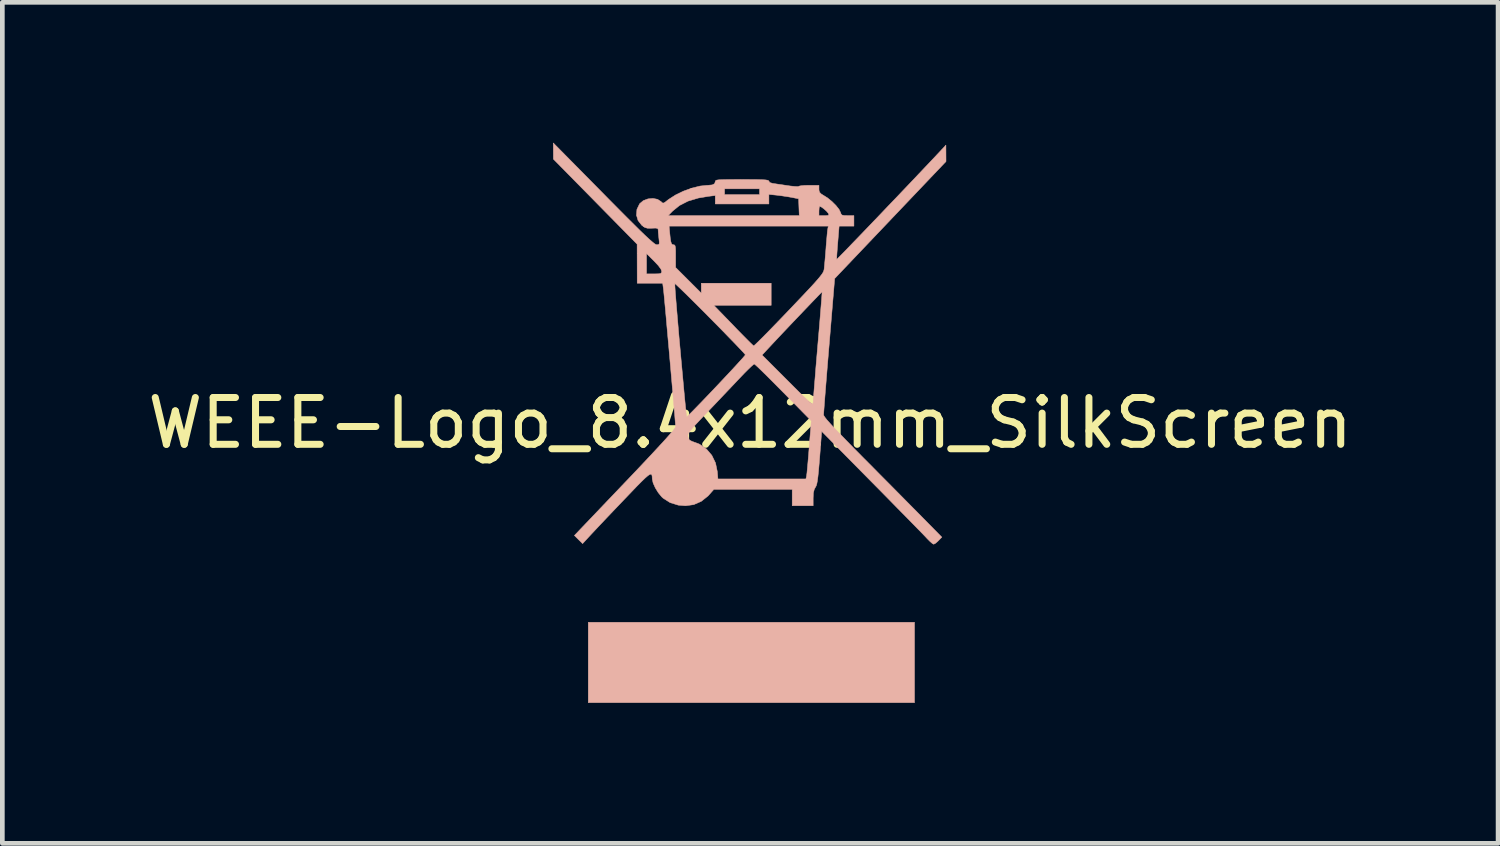
<source format=kicad_pcb>
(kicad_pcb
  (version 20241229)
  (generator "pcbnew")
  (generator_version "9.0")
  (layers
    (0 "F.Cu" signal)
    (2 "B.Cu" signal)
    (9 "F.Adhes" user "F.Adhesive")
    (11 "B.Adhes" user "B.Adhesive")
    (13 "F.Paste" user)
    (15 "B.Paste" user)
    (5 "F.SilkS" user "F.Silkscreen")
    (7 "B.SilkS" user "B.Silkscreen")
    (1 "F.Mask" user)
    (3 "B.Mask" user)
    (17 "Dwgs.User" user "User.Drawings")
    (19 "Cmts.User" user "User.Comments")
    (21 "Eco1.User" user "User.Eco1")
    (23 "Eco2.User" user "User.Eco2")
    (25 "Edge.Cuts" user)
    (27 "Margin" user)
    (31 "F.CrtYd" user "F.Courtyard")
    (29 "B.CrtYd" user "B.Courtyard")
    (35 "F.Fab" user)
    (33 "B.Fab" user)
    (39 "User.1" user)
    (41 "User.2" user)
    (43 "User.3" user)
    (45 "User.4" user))
  (footprint "WEEE-Logo_8.4x12mm_SilkScreen"
    (layer "F.Cu")
    (at 11.698 5.99)
    (property "Reference" "WEEE-Logo_8.4x12mm_SilkScreen" (at 1.284 0 0) (layer "F.SilkS") (effects (font (size 1 1) (thickness 0.15))))
    (attr exclude_from_pos_files exclude_from_bom allow_missing_courtyard)
    (fp_poly (pts (xy -2.177 5.976) (xy 4.795 5.976) (xy 4.795 4.258) (xy -2.177 4.258) (xy -2.177 5.976)) (stroke (width 0.01) (type solid)) (fill yes) (layer "B.SilkS"))
    (fp_poly (pts (xy -2.923 -5.813) (xy -2.922 -5.64) (xy -2.027 -4.731) (xy -1.133 -3.822) (xy -1.131 -2.988) (xy -0.587 -2.988) (xy -0.573 -2.882) (xy -0.567 -2.834) (xy -0.558 -2.743) (xy -0.546 -2.615) (xy -0.531 -2.456) (xy -0.514 -2.269) (xy -0.496 -2.062) (xy -0.476 -1.84) (xy -0.455 -1.607) (xy -0.434 -1.37) (xy -0.413 -1.133) (xy -0.393 -0.903) (xy -0.374 -0.684) (xy -0.356 -0.482) (xy -0.341 -0.303) (xy -0.328 -0.151) (xy -0.319 -0.033) (xy -0.312 0.047) (xy -0.31 0.082) (xy -0.31 0.082) (xy -0.326 0.111) (xy -0.371 0.17) (xy -0.449 0.26) (xy -0.557 0.381) (xy -0.699 0.535) (xy -0.873 0.722) (xy -1.081 0.943) (xy -1.324 1.199) (xy -1.392 1.27) (xy -2.473 2.403) (xy -2.386 2.49) (xy -2.298 2.577) (xy -2.157 2.424) (xy -2.105 2.368) (xy -2.024 2.282) (xy -1.92 2.171) (xy -1.797 2.041) (xy -1.661 1.898) (xy -1.517 1.747) (xy -1.431 1.657) (xy -1.269 1.488) (xy -1.139 1.352) (xy -1.036 1.248) (xy -0.957 1.172) (xy -0.9 1.123) (xy -0.86 1.097) (xy -0.834 1.093) (xy -0.819 1.108) (xy -0.812 1.139) (xy -0.81 1.184) (xy -0.809 1.197) (xy -0.791 1.281) (xy -0.745 1.384) (xy -0.681 1.488) (xy -0.608 1.577) (xy -0.578 1.605) (xy -0.428 1.701) (xy -0.253 1.755) (xy -0.098 1.768) (xy 0.077 1.744) (xy 0.239 1.673) (xy 0.383 1.558) (xy 0.409 1.529) (xy 0.506 1.419) (xy 2.181 1.419) (xy 2.181 1.768) (xy 2.629 1.768) (xy 2.629 1.605) (xy 2.634 1.494) (xy 2.653 1.417) (xy 2.676 1.375) (xy 2.693 1.345) (xy 2.707 1.301) (xy 2.719 1.238) (xy 2.731 1.148) (xy 2.744 1.025) (xy 2.758 0.863) (xy 2.768 0.742) (xy 2.811 0.177) (xy 3.885 1.265) (xy 4.08 1.462) (xy 4.266 1.651) (xy 4.441 1.83) (xy 4.602 1.993) (xy 4.745 2.139) (xy 4.866 2.263) (xy 4.963 2.362) (xy 5.031 2.433) (xy 5.067 2.472) (xy 5.128 2.533) (xy 5.178 2.576) (xy 5.205 2.59) (xy 5.239 2.573) (xy 5.289 2.531) (xy 5.306 2.514) (xy 5.379 2.439) (xy 4.981 2.035) (xy 4.88 1.932) (xy 4.749 1.8) (xy 4.595 1.644) (xy 4.422 1.469) (xy 4.238 1.283) (xy 4.047 1.091) (xy 3.856 0.897) (xy 3.718 0.759) (xy 3.509 0.548) (xy 3.334 0.369) (xy 3.19 0.22) (xy 3.074 0.099) (xy 2.986 0.003) (xy 2.942 -0.047) (xy 2.589 -0.047) (xy 2.544 0.518) (xy 2.531 0.684) (xy 2.518 0.835) (xy 2.506 0.965) (xy 2.497 1.064) (xy 2.489 1.126) (xy 2.487 1.139) (xy 2.474 1.195) (xy 0.594 1.195) (xy 0.581 1.039) (xy 0.543 0.854) (xy 0.464 0.691) (xy 0.348 0.555) (xy 0.201 0.452) (xy 0.036 0.39) (xy -0.018 0.361) (xy -0.044 0.299) (xy -0.045 0.296) (xy -0.048 0.27) (xy -0.044 0.243) (xy -0.029 0.21) (xy 0.001 0.167) (xy 0.05 0.108) (xy 0.121 0.029) (xy 0.219 -0.076) (xy 0.348 -0.211) (xy 0.356 -0.22) (xy 0.495 -0.365) (xy 0.642 -0.52) (xy 0.788 -0.674) (xy 0.922 -0.815) (xy 1.035 -0.935) (xy 1.06 -0.961) (xy 1.156 -1.062) (xy 1.242 -1.148) (xy 1.311 -1.214) (xy 1.356 -1.253) (xy 1.372 -1.261) (xy 1.394 -1.243) (xy 1.448 -1.194) (xy 1.528 -1.117) (xy 1.63 -1.017) (xy 1.75 -0.897) (xy 1.883 -0.763) (xy 1.993 -0.652) (xy 2.589 -0.047) (xy 2.942 -0.047) (xy 2.921 -0.07) (xy 2.879 -0.124) (xy 2.857 -0.159) (xy 2.852 -0.175) (xy 2.854 -0.211) (xy 2.86 -0.291) (xy 2.869 -0.412) (xy 2.881 -0.569) (xy 2.896 -0.757) (xy 2.913 -0.971) (xy 2.932 -1.207) (xy 2.953 -1.46) (xy 2.97 -1.662) (xy 3.065 -2.803) (xy 2.82 -2.803) (xy 2.819 -2.778) (xy 2.814 -2.709) (xy 2.806 -2.6) (xy 2.794 -2.456) (xy 2.78 -2.282) (xy 2.764 -2.083) (xy 2.745 -1.863) (xy 2.727 -1.655) (xy 2.707 -1.419) (xy 2.688 -1.196) (xy 2.672 -0.992) (xy 2.657 -0.811) (xy 2.645 -0.66) (xy 2.636 -0.543) (xy 2.631 -0.466) (xy 2.629 -0.436) (xy 2.627 -0.417) (xy 2.617 -0.41) (xy 2.598 -0.417) (xy 2.564 -0.441) (xy 2.512 -0.486) (xy 2.44 -0.554) (xy 2.342 -0.649) (xy 2.216 -0.774) (xy 2.083 -0.907) (xy 1.537 -1.453) (xy 1.541 -1.457) (xy 1.18 -1.457) (xy 1.163 -1.434) (xy 1.117 -1.381) (xy 1.046 -1.303) (xy 0.955 -1.203) (xy 0.848 -1.088) (xy 0.729 -0.961) (xy 0.605 -0.829) (xy 0.478 -0.695) (xy 0.354 -0.565) (xy 0.237 -0.443) (xy 0.132 -0.335) (xy 0.044 -0.245) (xy -0.023 -0.178) (xy -0.064 -0.139) (xy -0.075 -0.131) (xy -0.079 -0.157) (xy -0.087 -0.227) (xy -0.098 -0.339) (xy -0.113 -0.487) (xy -0.13 -0.667) (xy -0.149 -0.874) (xy -0.17 -1.104) (xy -0.193 -1.353) (xy -0.211 -1.553) (xy -0.235 -1.813) (xy -0.256 -2.059) (xy -0.275 -2.284) (xy -0.292 -2.486) (xy -0.306 -2.659) (xy -0.317 -2.799) (xy -0.324 -2.902) (xy -0.327 -2.963) (xy -0.327 -2.979) (xy -0.307 -2.965) (xy -0.258 -2.919) (xy -0.182 -2.847) (xy -0.084 -2.752) (xy 0.03 -2.639) (xy 0.158 -2.512) (xy 0.294 -2.376) (xy 0.434 -2.234) (xy 0.574 -2.093) (xy 0.709 -1.955) (xy 0.835 -1.825) (xy 0.948 -1.709) (xy 1.043 -1.609) (xy 1.117 -1.531) (xy 1.164 -1.479) (xy 1.18 -1.457) (xy 1.541 -1.457) (xy 1.74 -1.671) (xy 1.844 -1.782) (xy 1.96 -1.905) (xy 2.085 -2.037) (xy 2.213 -2.172) (xy 2.34 -2.305) (xy 2.461 -2.432) (xy 2.572 -2.548) (xy 2.668 -2.648) (xy 2.744 -2.727) (xy 2.796 -2.78) (xy 2.82 -2.802) (xy 2.82 -2.803) (xy 3.065 -2.803) (xy 3.089 -3.088) (xy 5.468 -5.589) (xy 5.466 -5.939) (xy 5.274 -5.734) (xy 5.166 -5.619) (xy 5.039 -5.485) (xy 4.896 -5.334) (xy 4.741 -5.17) (xy 4.576 -4.997) (xy 4.406 -4.818) (xy 4.233 -4.638) (xy 4.062 -4.458) (xy 3.895 -4.284) (xy 3.736 -4.118) (xy 3.588 -3.964) (xy 3.455 -3.827) (xy 3.341 -3.708) (xy 3.248 -3.613) (xy 3.18 -3.544) (xy 3.141 -3.505) (xy 3.133 -3.497) (xy 3.132 -3.523) (xy 3.135 -3.59) (xy 3.142 -3.688) (xy 3.151 -3.808) (xy 3.155 -3.856) (xy 3.184 -4.208) (xy 2.953 -4.208) (xy 2.942 -4.152) (xy 2.935 -4.108) (xy 2.927 -4.025) (xy 2.917 -3.913) (xy 2.906 -3.783) (xy 2.903 -3.735) (xy 2.892 -3.598) (xy 2.881 -3.47) (xy 2.871 -3.364) (xy 2.864 -3.292) (xy 2.862 -3.279) (xy 2.855 -3.252) (xy 2.841 -3.22) (xy 2.816 -3.181) (xy 2.777 -3.13) (xy 2.721 -3.063) (xy 2.646 -2.978) (xy 2.547 -2.871) (xy 2.423 -2.739) (xy 2.269 -2.577) (xy 2.112 -2.412) (xy 1.957 -2.25) (xy 1.811 -2.099) (xy 1.68 -1.964) (xy 1.566 -1.848) (xy 1.473 -1.756) (xy 1.405 -1.69) (xy 1.366 -1.654) (xy 1.358 -1.649) (xy 1.336 -1.668) (xy 1.284 -1.718) (xy 1.208 -1.794) (xy 1.112 -1.891) (xy 1.002 -2.003) (xy 0.923 -2.086) (xy 0.507 -2.515) (xy 1.732 -2.515) (xy 1.732 -2.988) (xy 0.238 -2.988) (xy 0.238 -2.777) (xy -0.036 -3.05) (xy -0.23 -3.244) (xy -0.608 -3.244) (xy -0.612 -3.214) (xy -0.63 -3.197) (xy -0.675 -3.189) (xy -0.756 -3.187) (xy -0.77 -3.187) (xy -0.932 -3.187) (xy -0.932 -3.622) (xy -0.77 -3.461) (xy -0.679 -3.364) (xy -0.624 -3.289) (xy -0.608 -3.244) (xy -0.23 -3.244) (xy -0.31 -3.324) (xy -0.31 -3.567) (xy -0.31 -3.679) (xy -0.314 -3.75) (xy -0.322 -3.789) (xy -0.336 -3.806) (xy -0.358 -3.81) (xy -0.382 -3.815) (xy -0.4 -3.836) (xy -0.413 -3.881) (xy -0.425 -3.957) (xy -0.437 -4.073) (xy -0.441 -4.115) (xy -0.449 -4.208) (xy 2.953 -4.208) (xy 3.184 -4.208) (xy 3.5 -4.208) (xy 3.5 -4.433) (xy 3.366 -4.433) (xy 3.288 -4.435) (xy 3.245 -4.445) (xy 3.24 -4.451) (xy 2.965 -4.451) (xy 2.95 -4.437) (xy 2.9 -4.433) (xy 2.866 -4.433) (xy 2.753 -4.433) (xy 2.332 -4.433) (xy -0.469 -4.433) (xy -0.374 -4.53) (xy -0.227 -4.649) (xy -0.045 -4.742) (xy 0.175 -4.808) (xy 0.394 -4.845) (xy 0.537 -4.862) (xy 0.537 -4.682) (xy 1.683 -4.682) (xy 1.683 -4.886) (xy 1.851 -4.869) (xy 1.968 -4.854) (xy 2.093 -4.835) (xy 2.168 -4.822) (xy 2.318 -4.792) (xy 2.325 -4.612) (xy 2.332 -4.433) (xy 2.753 -4.433) (xy 2.753 -4.532) (xy 2.757 -4.595) (xy 2.765 -4.629) (xy 2.768 -4.632) (xy 2.805 -4.616) (xy 2.859 -4.577) (xy 2.913 -4.529) (xy 2.95 -4.486) (xy 2.953 -4.481) (xy 2.965 -4.451) (xy 3.24 -4.451) (xy 3.224 -4.47) (xy 3.216 -4.496) (xy 3.182 -4.566) (xy 3.116 -4.649) (xy 3.031 -4.734) (xy 2.936 -4.811) (xy 2.874 -4.85) (xy 2.803 -4.894) (xy 2.767 -4.93) (xy 2.754 -4.973) (xy 2.753 -4.999) (xy 2.753 -5.005) (xy 1.483 -5.005) (xy 1.483 -4.881) (xy 0.736 -4.881) (xy 0.736 -5.005) (xy 1.483 -5.005) (xy 2.753 -5.005) (xy 2.753 -5.08) (xy 2.544 -5.08) (xy 2.447 -5.078) (xy 2.372 -5.071) (xy 2.33 -5.063) (xy 2.326 -5.059) (xy 2.299 -5.053) (xy 2.235 -5.056) (xy 2.143 -5.065) (xy 2.081 -5.074) (xy 1.968 -5.091) (xy 1.864 -5.106) (xy 1.786 -5.118) (xy 1.763 -5.121) (xy 1.704 -5.139) (xy 1.683 -5.168) (xy 1.676 -5.18) (xy 1.653 -5.189) (xy 1.607 -5.196) (xy 1.534 -5.2) (xy 1.427 -5.203) (xy 1.281 -5.204) (xy 1.11 -5.205) (xy 0.927 -5.204) (xy 0.787 -5.203) (xy 0.686 -5.201) (xy 0.616 -5.198) (xy 0.572 -5.192) (xy 0.549 -5.183) (xy 0.539 -5.171) (xy 0.537 -5.157) (xy 0.522 -5.114) (xy 0.472 -5.089) (xy 0.381 -5.08) (xy 0.365 -5.08) (xy 0.211 -5.064) (xy 0.036 -5.02) (xy -0.144 -4.955) (xy -0.313 -4.873) (xy -0.456 -4.781) (xy -0.475 -4.767) (xy -0.535 -4.719) (xy -0.571 -4.7) (xy -0.596 -4.706) (xy -0.621 -4.732) (xy -0.697 -4.781) (xy -0.795 -4.8) (xy -0.901 -4.79) (xy -1 -4.753) (xy -1.075 -4.69) (xy -1.081 -4.683) (xy -1.137 -4.566) (xy -1.147 -4.444) (xy -1.113 -4.328) (xy -1.035 -4.228) (xy -1.026 -4.22) (xy -0.97 -4.18) (xy -0.914 -4.163) (xy -0.835 -4.162) (xy -0.816 -4.163) (xy -0.739 -4.166) (xy -0.699 -4.159) (xy -0.684 -4.14) (xy -0.683 -4.121) (xy -0.68 -4.068) (xy -0.672 -3.988) (xy -0.667 -3.941) (xy -0.659 -3.865) (xy -0.662 -3.826) (xy -0.681 -3.812) (xy -0.715 -3.81) (xy -0.735 -3.816) (xy -0.767 -3.837) (xy -0.813 -3.875) (xy -0.877 -3.931) (xy -0.96 -4.008) (xy -1.065 -4.109) (xy -1.193 -4.236) (xy -1.348 -4.39) (xy -1.532 -4.575) (xy -1.748 -4.793) (xy -1.851 -4.898) (xy -2.924 -5.985) (xy -2.923 -5.813)) (stroke (width 0.01) (type solid)) (fill yes) (layer "B.SilkS")))
  (gr_rect
    (start -3 -3)
    (end 28.964 14.972)
    (stroke (width 0.1) (type default))
    (fill no)
    (layer "Edge.Cuts")))
</source>
